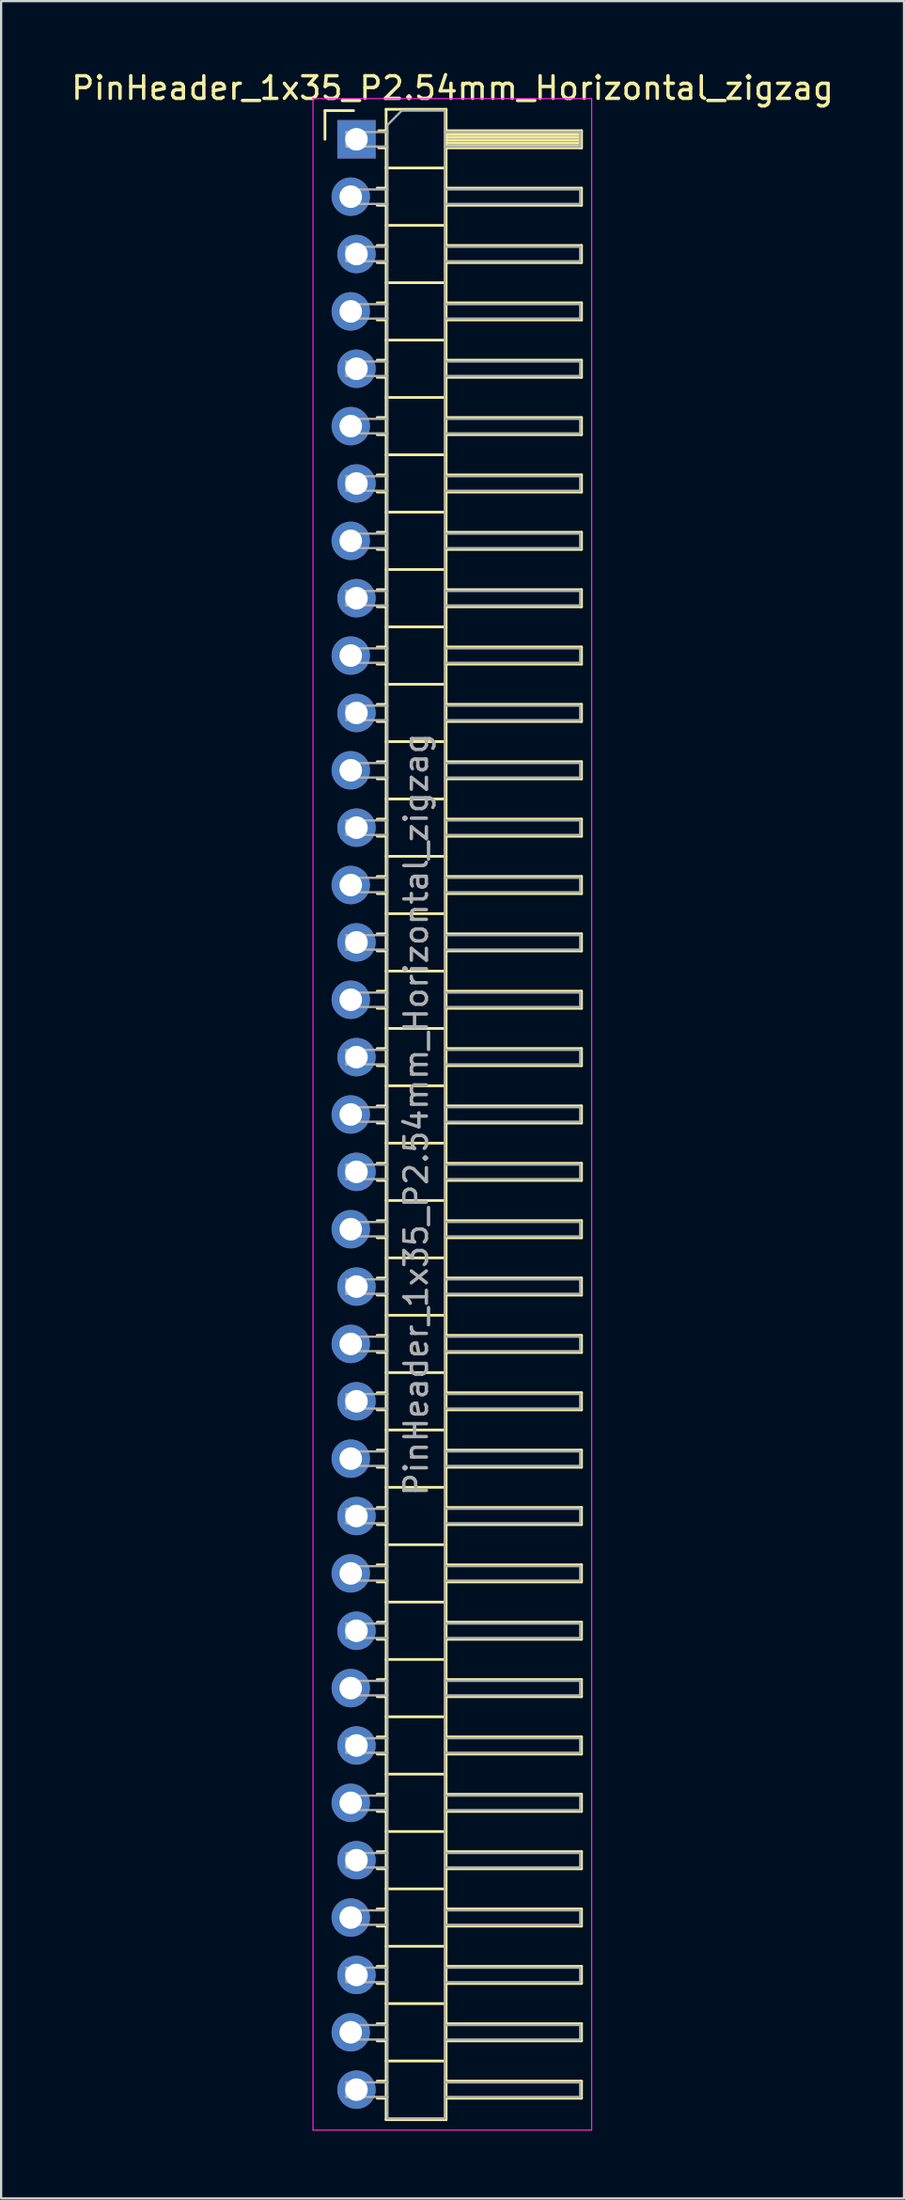
<source format=kicad_pcb>
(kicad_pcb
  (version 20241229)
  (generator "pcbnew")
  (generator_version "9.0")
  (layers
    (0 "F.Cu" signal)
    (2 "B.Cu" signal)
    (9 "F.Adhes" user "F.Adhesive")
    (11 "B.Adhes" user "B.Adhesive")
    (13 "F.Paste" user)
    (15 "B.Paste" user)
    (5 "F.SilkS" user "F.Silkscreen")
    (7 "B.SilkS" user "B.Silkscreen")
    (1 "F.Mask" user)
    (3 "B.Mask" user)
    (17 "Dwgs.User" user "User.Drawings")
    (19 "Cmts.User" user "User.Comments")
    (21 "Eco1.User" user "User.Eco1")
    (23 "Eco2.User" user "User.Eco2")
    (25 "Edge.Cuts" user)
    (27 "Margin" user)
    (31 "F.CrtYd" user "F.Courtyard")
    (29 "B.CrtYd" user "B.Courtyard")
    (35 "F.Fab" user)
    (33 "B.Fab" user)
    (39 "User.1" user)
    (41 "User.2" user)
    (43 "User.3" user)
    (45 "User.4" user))
  (footprint "PinHeader_1x35_P2.54mm_Horizontal_zigzag"
    (layer "F.Cu")
    (at 12.621 3.118)
    (property "Reference" "PinHeader_1x35_P2.54mm_Horizontal_zigzag" (at 4.385 -2.27 0) (layer "F.SilkS") (effects (font (size 1 1) (thickness 0.15))))
    (attr through_hole)
    (fp_line (start -1.27 -1.27) (end 0 -1.27) (stroke (width 0.12) (type solid)) (layer "F.SilkS"))
    (fp_line (start -1.27 0) (end -1.27 -1.27) (stroke (width 0.12) (type solid)) (layer "F.SilkS"))
    (fp_line (start 1.043 2.16) (end 1.44 2.16) (stroke (width 0.12) (type solid)) (layer "F.SilkS"))
    (fp_line (start 1.043 2.92) (end 1.44 2.92) (stroke (width 0.12) (type solid)) (layer "F.SilkS"))
    (fp_line (start 1.043 4.7) (end 1.44 4.7) (stroke (width 0.12) (type solid)) (layer "F.SilkS"))
    (fp_line (start 1.043 5.46) (end 1.44 5.46) (stroke (width 0.12) (type solid)) (layer "F.SilkS"))
    (fp_line (start 1.043 7.24) (end 1.44 7.24) (stroke (width 0.12) (type solid)) (layer "F.SilkS"))
    (fp_line (start 1.043 8) (end 1.44 8) (stroke (width 0.12) (type solid)) (layer "F.SilkS"))
    (fp_line (start 1.043 9.78) (end 1.44 9.78) (stroke (width 0.12) (type solid)) (layer "F.SilkS"))
    (fp_line (start 1.043 10.54) (end 1.44 10.54) (stroke (width 0.12) (type solid)) (layer "F.SilkS"))
    (fp_line (start 1.043 12.32) (end 1.44 12.32) (stroke (width 0.12) (type solid)) (layer "F.SilkS"))
    (fp_line (start 1.043 13.08) (end 1.44 13.08) (stroke (width 0.12) (type solid)) (layer "F.SilkS"))
    (fp_line (start 1.043 14.86) (end 1.44 14.86) (stroke (width 0.12) (type solid)) (layer "F.SilkS"))
    (fp_line (start 1.043 15.62) (end 1.44 15.62) (stroke (width 0.12) (type solid)) (layer "F.SilkS"))
    (fp_line (start 1.043 17.4) (end 1.44 17.4) (stroke (width 0.12) (type solid)) (layer "F.SilkS"))
    (fp_line (start 1.043 18.16) (end 1.44 18.16) (stroke (width 0.12) (type solid)) (layer "F.SilkS"))
    (fp_line (start 1.043 19.94) (end 1.44 19.94) (stroke (width 0.12) (type solid)) (layer "F.SilkS"))
    (fp_line (start 1.043 20.7) (end 1.44 20.7) (stroke (width 0.12) (type solid)) (layer "F.SilkS"))
    (fp_line (start 1.043 22.48) (end 1.44 22.48) (stroke (width 0.12) (type solid)) (layer "F.SilkS"))
    (fp_line (start 1.043 23.24) (end 1.44 23.24) (stroke (width 0.12) (type solid)) (layer "F.SilkS"))
    (fp_line (start 1.043 25.02) (end 1.44 25.02) (stroke (width 0.12) (type solid)) (layer "F.SilkS"))
    (fp_line (start 1.043 25.78) (end 1.44 25.78) (stroke (width 0.12) (type solid)) (layer "F.SilkS"))
    (fp_line (start 1.043 27.56) (end 1.44 27.56) (stroke (width 0.12) (type solid)) (layer "F.SilkS"))
    (fp_line (start 1.043 28.32) (end 1.44 28.32) (stroke (width 0.12) (type solid)) (layer "F.SilkS"))
    (fp_line (start 1.043 30.1) (end 1.44 30.1) (stroke (width 0.12) (type solid)) (layer "F.SilkS"))
    (fp_line (start 1.043 30.86) (end 1.44 30.86) (stroke (width 0.12) (type solid)) (layer "F.SilkS"))
    (fp_line (start 1.043 32.64) (end 1.44 32.64) (stroke (width 0.12) (type solid)) (layer "F.SilkS"))
    (fp_line (start 1.043 33.4) (end 1.44 33.4) (stroke (width 0.12) (type solid)) (layer "F.SilkS"))
    (fp_line (start 1.043 35.18) (end 1.44 35.18) (stroke (width 0.12) (type solid)) (layer "F.SilkS"))
    (fp_line (start 1.043 35.94) (end 1.44 35.94) (stroke (width 0.12) (type solid)) (layer "F.SilkS"))
    (fp_line (start 1.043 37.72) (end 1.44 37.72) (stroke (width 0.12) (type solid)) (layer "F.SilkS"))
    (fp_line (start 1.043 38.48) (end 1.44 38.48) (stroke (width 0.12) (type solid)) (layer "F.SilkS"))
    (fp_line (start 1.043 40.26) (end 1.44 40.26) (stroke (width 0.12) (type solid)) (layer "F.SilkS"))
    (fp_line (start 1.043 41.02) (end 1.44 41.02) (stroke (width 0.12) (type solid)) (layer "F.SilkS"))
    (fp_line (start 1.043 42.8) (end 1.44 42.8) (stroke (width 0.12) (type solid)) (layer "F.SilkS"))
    (fp_line (start 1.043 43.56) (end 1.44 43.56) (stroke (width 0.12) (type solid)) (layer "F.SilkS"))
    (fp_line (start 1.043 45.34) (end 1.44 45.34) (stroke (width 0.12) (type solid)) (layer "F.SilkS"))
    (fp_line (start 1.043 46.1) (end 1.44 46.1) (stroke (width 0.12) (type solid)) (layer "F.SilkS"))
    (fp_line (start 1.043 47.88) (end 1.44 47.88) (stroke (width 0.12) (type solid)) (layer "F.SilkS"))
    (fp_line (start 1.043 48.64) (end 1.44 48.64) (stroke (width 0.12) (type solid)) (layer "F.SilkS"))
    (fp_line (start 1.043 50.42) (end 1.44 50.42) (stroke (width 0.12) (type solid)) (layer "F.SilkS"))
    (fp_line (start 1.043 51.18) (end 1.44 51.18) (stroke (width 0.12) (type solid)) (layer "F.SilkS"))
    (fp_line (start 1.043 52.96) (end 1.44 52.96) (stroke (width 0.12) (type solid)) (layer "F.SilkS"))
    (fp_line (start 1.043 53.72) (end 1.44 53.72) (stroke (width 0.12) (type solid)) (layer "F.SilkS"))
    (fp_line (start 1.043 55.5) (end 1.44 55.5) (stroke (width 0.12) (type solid)) (layer "F.SilkS"))
    (fp_line (start 1.043 56.26) (end 1.44 56.26) (stroke (width 0.12) (type solid)) (layer "F.SilkS"))
    (fp_line (start 1.043 58.04) (end 1.44 58.04) (stroke (width 0.12) (type solid)) (layer "F.SilkS"))
    (fp_line (start 1.043 58.8) (end 1.44 58.8) (stroke (width 0.12) (type solid)) (layer "F.SilkS"))
    (fp_line (start 1.043 60.58) (end 1.44 60.58) (stroke (width 0.12) (type solid)) (layer "F.SilkS"))
    (fp_line (start 1.043 61.34) (end 1.44 61.34) (stroke (width 0.12) (type solid)) (layer "F.SilkS"))
    (fp_line (start 1.043 63.12) (end 1.44 63.12) (stroke (width 0.12) (type solid)) (layer "F.SilkS"))
    (fp_line (start 1.043 63.88) (end 1.44 63.88) (stroke (width 0.12) (type solid)) (layer "F.SilkS"))
    (fp_line (start 1.043 65.66) (end 1.44 65.66) (stroke (width 0.12) (type solid)) (layer "F.SilkS"))
    (fp_line (start 1.043 66.42) (end 1.44 66.42) (stroke (width 0.12) (type solid)) (layer "F.SilkS"))
    (fp_line (start 1.043 68.2) (end 1.44 68.2) (stroke (width 0.12) (type solid)) (layer "F.SilkS"))
    (fp_line (start 1.043 68.96) (end 1.44 68.96) (stroke (width 0.12) (type solid)) (layer "F.SilkS"))
    (fp_line (start 1.043 70.74) (end 1.44 70.74) (stroke (width 0.12) (type solid)) (layer "F.SilkS"))
    (fp_line (start 1.043 71.5) (end 1.44 71.5) (stroke (width 0.12) (type solid)) (layer "F.SilkS"))
    (fp_line (start 1.043 73.28) (end 1.44 73.28) (stroke (width 0.12) (type solid)) (layer "F.SilkS"))
    (fp_line (start 1.043 74.04) (end 1.44 74.04) (stroke (width 0.12) (type solid)) (layer "F.SilkS"))
    (fp_line (start 1.043 75.82) (end 1.44 75.82) (stroke (width 0.12) (type solid)) (layer "F.SilkS"))
    (fp_line (start 1.043 76.58) (end 1.44 76.58) (stroke (width 0.12) (type solid)) (layer "F.SilkS"))
    (fp_line (start 1.043 78.36) (end 1.44 78.36) (stroke (width 0.12) (type solid)) (layer "F.SilkS"))
    (fp_line (start 1.043 79.12) (end 1.44 79.12) (stroke (width 0.12) (type solid)) (layer "F.SilkS"))
    (fp_line (start 1.043 80.9) (end 1.44 80.9) (stroke (width 0.12) (type solid)) (layer "F.SilkS"))
    (fp_line (start 1.043 81.66) (end 1.44 81.66) (stroke (width 0.12) (type solid)) (layer "F.SilkS"))
    (fp_line (start 1.043 83.44) (end 1.44 83.44) (stroke (width 0.12) (type solid)) (layer "F.SilkS"))
    (fp_line (start 1.043 84.2) (end 1.44 84.2) (stroke (width 0.12) (type solid)) (layer "F.SilkS"))
    (fp_line (start 1.043 85.98) (end 1.44 85.98) (stroke (width 0.12) (type solid)) (layer "F.SilkS"))
    (fp_line (start 1.043 86.74) (end 1.44 86.74) (stroke (width 0.12) (type solid)) (layer "F.SilkS"))
    (fp_line (start 1.11 -0.38) (end 1.44 -0.38) (stroke (width 0.12) (type solid)) (layer "F.SilkS"))
    (fp_line (start 1.11 0.38) (end 1.44 0.38) (stroke (width 0.12) (type solid)) (layer "F.SilkS"))
    (fp_line (start 1.44 -1.33) (end 1.44 87.69) (stroke (width 0.12) (type solid)) (layer "F.SilkS"))
    (fp_line (start 1.44 1.27) (end 4.1 1.27) (stroke (width 0.12) (type solid)) (layer "F.SilkS"))
    (fp_line (start 1.44 3.81) (end 4.1 3.81) (stroke (width 0.12) (type solid)) (layer "F.SilkS"))
    (fp_line (start 1.44 6.35) (end 4.1 6.35) (stroke (width 0.12) (type solid)) (layer "F.SilkS"))
    (fp_line (start 1.44 8.89) (end 4.1 8.89) (stroke (width 0.12) (type solid)) (layer "F.SilkS"))
    (fp_line (start 1.44 11.43) (end 4.1 11.43) (stroke (width 0.12) (type solid)) (layer "F.SilkS"))
    (fp_line (start 1.44 13.97) (end 4.1 13.97) (stroke (width 0.12) (type solid)) (layer "F.SilkS"))
    (fp_line (start 1.44 16.51) (end 4.1 16.51) (stroke (width 0.12) (type solid)) (layer "F.SilkS"))
    (fp_line (start 1.44 19.05) (end 4.1 19.05) (stroke (width 0.12) (type solid)) (layer "F.SilkS"))
    (fp_line (start 1.44 21.59) (end 4.1 21.59) (stroke (width 0.12) (type solid)) (layer "F.SilkS"))
    (fp_line (start 1.44 24.13) (end 4.1 24.13) (stroke (width 0.12) (type solid)) (layer "F.SilkS"))
    (fp_line (start 1.44 26.67) (end 4.1 26.67) (stroke (width 0.12) (type solid)) (layer "F.SilkS"))
    (fp_line (start 1.44 29.21) (end 4.1 29.21) (stroke (width 0.12) (type solid)) (layer "F.SilkS"))
    (fp_line (start 1.44 31.75) (end 4.1 31.75) (stroke (width 0.12) (type solid)) (layer "F.SilkS"))
    (fp_line (start 1.44 34.29) (end 4.1 34.29) (stroke (width 0.12) (type solid)) (layer "F.SilkS"))
    (fp_line (start 1.44 36.83) (end 4.1 36.83) (stroke (width 0.12) (type solid)) (layer "F.SilkS"))
    (fp_line (start 1.44 39.37) (end 4.1 39.37) (stroke (width 0.12) (type solid)) (layer "F.SilkS"))
    (fp_line (start 1.44 41.91) (end 4.1 41.91) (stroke (width 0.12) (type solid)) (layer "F.SilkS"))
    (fp_line (start 1.44 44.45) (end 4.1 44.45) (stroke (width 0.12) (type solid)) (layer "F.SilkS"))
    (fp_line (start 1.44 46.99) (end 4.1 46.99) (stroke (width 0.12) (type solid)) (layer "F.SilkS"))
    (fp_line (start 1.44 49.53) (end 4.1 49.53) (stroke (width 0.12) (type solid)) (layer "F.SilkS"))
    (fp_line (start 1.44 52.07) (end 4.1 52.07) (stroke (width 0.12) (type solid)) (layer "F.SilkS"))
    (fp_line (start 1.44 54.61) (end 4.1 54.61) (stroke (width 0.12) (type solid)) (layer "F.SilkS"))
    (fp_line (start 1.44 57.15) (end 4.1 57.15) (stroke (width 0.12) (type solid)) (layer "F.SilkS"))
    (fp_line (start 1.44 59.69) (end 4.1 59.69) (stroke (width 0.12) (type solid)) (layer "F.SilkS"))
    (fp_line (start 1.44 62.23) (end 4.1 62.23) (stroke (width 0.12) (type solid)) (layer "F.SilkS"))
    (fp_line (start 1.44 64.77) (end 4.1 64.77) (stroke (width 0.12) (type solid)) (layer "F.SilkS"))
    (fp_line (start 1.44 67.31) (end 4.1 67.31) (stroke (width 0.12) (type solid)) (layer "F.SilkS"))
    (fp_line (start 1.44 69.85) (end 4.1 69.85) (stroke (width 0.12) (type solid)) (layer "F.SilkS"))
    (fp_line (start 1.44 72.39) (end 4.1 72.39) (stroke (width 0.12) (type solid)) (layer "F.SilkS"))
    (fp_line (start 1.44 74.93) (end 4.1 74.93) (stroke (width 0.12) (type solid)) (layer "F.SilkS"))
    (fp_line (start 1.44 77.47) (end 4.1 77.47) (stroke (width 0.12) (type solid)) (layer "F.SilkS"))
    (fp_line (start 1.44 80.01) (end 4.1 80.01) (stroke (width 0.12) (type solid)) (layer "F.SilkS"))
    (fp_line (start 1.44 82.55) (end 4.1 82.55) (stroke (width 0.12) (type solid)) (layer "F.SilkS"))
    (fp_line (start 1.44 85.09) (end 4.1 85.09) (stroke (width 0.12) (type solid)) (layer "F.SilkS"))
    (fp_line (start 1.44 87.69) (end 4.1 87.69) (stroke (width 0.12) (type solid)) (layer "F.SilkS"))
    (fp_line (start 4.1 -1.33) (end 1.44 -1.33) (stroke (width 0.12) (type solid)) (layer "F.SilkS"))
    (fp_line (start 4.1 -0.38) (end 10.1 -0.38) (stroke (width 0.12) (type solid)) (layer "F.SilkS"))
    (fp_line (start 4.1 -0.32) (end 10.1 -0.32) (stroke (width 0.12) (type solid)) (layer "F.SilkS"))
    (fp_line (start 4.1 -0.2) (end 10.1 -0.2) (stroke (width 0.12) (type solid)) (layer "F.SilkS"))
    (fp_line (start 4.1 -0.08) (end 10.1 -0.08) (stroke (width 0.12) (type solid)) (layer "F.SilkS"))
    (fp_line (start 4.1 0.04) (end 10.1 0.04) (stroke (width 0.12) (type solid)) (layer "F.SilkS"))
    (fp_line (start 4.1 0.16) (end 10.1 0.16) (stroke (width 0.12) (type solid)) (layer "F.SilkS"))
    (fp_line (start 4.1 0.28) (end 10.1 0.28) (stroke (width 0.12) (type solid)) (layer "F.SilkS"))
    (fp_line (start 4.1 2.16) (end 10.1 2.16) (stroke (width 0.12) (type solid)) (layer "F.SilkS"))
    (fp_line (start 4.1 4.7) (end 10.1 4.7) (stroke (width 0.12) (type solid)) (layer "F.SilkS"))
    (fp_line (start 4.1 7.24) (end 10.1 7.24) (stroke (width 0.12) (type solid)) (layer "F.SilkS"))
    (fp_line (start 4.1 9.78) (end 10.1 9.78) (stroke (width 0.12) (type solid)) (layer "F.SilkS"))
    (fp_line (start 4.1 12.32) (end 10.1 12.32) (stroke (width 0.12) (type solid)) (layer "F.SilkS"))
    (fp_line (start 4.1 14.86) (end 10.1 14.86) (stroke (width 0.12) (type solid)) (layer "F.SilkS"))
    (fp_line (start 4.1 17.4) (end 10.1 17.4) (stroke (width 0.12) (type solid)) (layer "F.SilkS"))
    (fp_line (start 4.1 19.94) (end 10.1 19.94) (stroke (width 0.12) (type solid)) (layer "F.SilkS"))
    (fp_line (start 4.1 22.48) (end 10.1 22.48) (stroke (width 0.12) (type solid)) (layer "F.SilkS"))
    (fp_line (start 4.1 25.02) (end 10.1 25.02) (stroke (width 0.12) (type solid)) (layer "F.SilkS"))
    (fp_line (start 4.1 27.56) (end 10.1 27.56) (stroke (width 0.12) (type solid)) (layer "F.SilkS"))
    (fp_line (start 4.1 30.1) (end 10.1 30.1) (stroke (width 0.12) (type solid)) (layer "F.SilkS"))
    (fp_line (start 4.1 32.64) (end 10.1 32.64) (stroke (width 0.12) (type solid)) (layer "F.SilkS"))
    (fp_line (start 4.1 35.18) (end 10.1 35.18) (stroke (width 0.12) (type solid)) (layer "F.SilkS"))
    (fp_line (start 4.1 37.72) (end 10.1 37.72) (stroke (width 0.12) (type solid)) (layer "F.SilkS"))
    (fp_line (start 4.1 40.26) (end 10.1 40.26) (stroke (width 0.12) (type solid)) (layer "F.SilkS"))
    (fp_line (start 4.1 42.8) (end 10.1 42.8) (stroke (width 0.12) (type solid)) (layer "F.SilkS"))
    (fp_line (start 4.1 45.34) (end 10.1 45.34) (stroke (width 0.12) (type solid)) (layer "F.SilkS"))
    (fp_line (start 4.1 47.88) (end 10.1 47.88) (stroke (width 0.12) (type solid)) (layer "F.SilkS"))
    (fp_line (start 4.1 50.42) (end 10.1 50.42) (stroke (width 0.12) (type solid)) (layer "F.SilkS"))
    (fp_line (start 4.1 52.96) (end 10.1 52.96) (stroke (width 0.12) (type solid)) (layer "F.SilkS"))
    (fp_line (start 4.1 55.5) (end 10.1 55.5) (stroke (width 0.12) (type solid)) (layer "F.SilkS"))
    (fp_line (start 4.1 58.04) (end 10.1 58.04) (stroke (width 0.12) (type solid)) (layer "F.SilkS"))
    (fp_line (start 4.1 60.58) (end 10.1 60.58) (stroke (width 0.12) (type solid)) (layer "F.SilkS"))
    (fp_line (start 4.1 63.12) (end 10.1 63.12) (stroke (width 0.12) (type solid)) (layer "F.SilkS"))
    (fp_line (start 4.1 65.66) (end 10.1 65.66) (stroke (width 0.12) (type solid)) (layer "F.SilkS"))
    (fp_line (start 4.1 68.2) (end 10.1 68.2) (stroke (width 0.12) (type solid)) (layer "F.SilkS"))
    (fp_line (start 4.1 70.74) (end 10.1 70.74) (stroke (width 0.12) (type solid)) (layer "F.SilkS"))
    (fp_line (start 4.1 73.28) (end 10.1 73.28) (stroke (width 0.12) (type solid)) (layer "F.SilkS"))
    (fp_line (start 4.1 75.82) (end 10.1 75.82) (stroke (width 0.12) (type solid)) (layer "F.SilkS"))
    (fp_line (start 4.1 78.36) (end 10.1 78.36) (stroke (width 0.12) (type solid)) (layer "F.SilkS"))
    (fp_line (start 4.1 80.9) (end 10.1 80.9) (stroke (width 0.12) (type solid)) (layer "F.SilkS"))
    (fp_line (start 4.1 83.44) (end 10.1 83.44) (stroke (width 0.12) (type solid)) (layer "F.SilkS"))
    (fp_line (start 4.1 85.98) (end 10.1 85.98) (stroke (width 0.12) (type solid)) (layer "F.SilkS"))
    (fp_line (start 4.1 87.69) (end 4.1 -1.33) (stroke (width 0.12) (type solid)) (layer "F.SilkS"))
    (fp_line (start 10.1 -0.38) (end 10.1 0.38) (stroke (width 0.12) (type solid)) (layer "F.SilkS"))
    (fp_line (start 10.1 0.38) (end 4.1 0.38) (stroke (width 0.12) (type solid)) (layer "F.SilkS"))
    (fp_line (start 10.1 2.16) (end 10.1 2.92) (stroke (width 0.12) (type solid)) (layer "F.SilkS"))
    (fp_line (start 10.1 2.92) (end 4.1 2.92) (stroke (width 0.12) (type solid)) (layer "F.SilkS"))
    (fp_line (start 10.1 4.7) (end 10.1 5.46) (stroke (width 0.12) (type solid)) (layer "F.SilkS"))
    (fp_line (start 10.1 5.46) (end 4.1 5.46) (stroke (width 0.12) (type solid)) (layer "F.SilkS"))
    (fp_line (start 10.1 7.24) (end 10.1 8) (stroke (width 0.12) (type solid)) (layer "F.SilkS"))
    (fp_line (start 10.1 8) (end 4.1 8) (stroke (width 0.12) (type solid)) (layer "F.SilkS"))
    (fp_line (start 10.1 9.78) (end 10.1 10.54) (stroke (width 0.12) (type solid)) (layer "F.SilkS"))
    (fp_line (start 10.1 10.54) (end 4.1 10.54) (stroke (width 0.12) (type solid)) (layer "F.SilkS"))
    (fp_line (start 10.1 12.32) (end 10.1 13.08) (stroke (width 0.12) (type solid)) (layer "F.SilkS"))
    (fp_line (start 10.1 13.08) (end 4.1 13.08) (stroke (width 0.12) (type solid)) (layer "F.SilkS"))
    (fp_line (start 10.1 14.86) (end 10.1 15.62) (stroke (width 0.12) (type solid)) (layer "F.SilkS"))
    (fp_line (start 10.1 15.62) (end 4.1 15.62) (stroke (width 0.12) (type solid)) (layer "F.SilkS"))
    (fp_line (start 10.1 17.4) (end 10.1 18.16) (stroke (width 0.12) (type solid)) (layer "F.SilkS"))
    (fp_line (start 10.1 18.16) (end 4.1 18.16) (stroke (width 0.12) (type solid)) (layer "F.SilkS"))
    (fp_line (start 10.1 19.94) (end 10.1 20.7) (stroke (width 0.12) (type solid)) (layer "F.SilkS"))
    (fp_line (start 10.1 20.7) (end 4.1 20.7) (stroke (width 0.12) (type solid)) (layer "F.SilkS"))
    (fp_line (start 10.1 22.48) (end 10.1 23.24) (stroke (width 0.12) (type solid)) (layer "F.SilkS"))
    (fp_line (start 10.1 23.24) (end 4.1 23.24) (stroke (width 0.12) (type solid)) (layer "F.SilkS"))
    (fp_line (start 10.1 25.02) (end 10.1 25.78) (stroke (width 0.12) (type solid)) (layer "F.SilkS"))
    (fp_line (start 10.1 25.78) (end 4.1 25.78) (stroke (width 0.12) (type solid)) (layer "F.SilkS"))
    (fp_line (start 10.1 27.56) (end 10.1 28.32) (stroke (width 0.12) (type solid)) (layer "F.SilkS"))
    (fp_line (start 10.1 28.32) (end 4.1 28.32) (stroke (width 0.12) (type solid)) (layer "F.SilkS"))
    (fp_line (start 10.1 30.1) (end 10.1 30.86) (stroke (width 0.12) (type solid)) (layer "F.SilkS"))
    (fp_line (start 10.1 30.86) (end 4.1 30.86) (stroke (width 0.12) (type solid)) (layer "F.SilkS"))
    (fp_line (start 10.1 32.64) (end 10.1 33.4) (stroke (width 0.12) (type solid)) (layer "F.SilkS"))
    (fp_line (start 10.1 33.4) (end 4.1 33.4) (stroke (width 0.12) (type solid)) (layer "F.SilkS"))
    (fp_line (start 10.1 35.18) (end 10.1 35.94) (stroke (width 0.12) (type solid)) (layer "F.SilkS"))
    (fp_line (start 10.1 35.94) (end 4.1 35.94) (stroke (width 0.12) (type solid)) (layer "F.SilkS"))
    (fp_line (start 10.1 37.72) (end 10.1 38.48) (stroke (width 0.12) (type solid)) (layer "F.SilkS"))
    (fp_line (start 10.1 38.48) (end 4.1 38.48) (stroke (width 0.12) (type solid)) (layer "F.SilkS"))
    (fp_line (start 10.1 40.26) (end 10.1 41.02) (stroke (width 0.12) (type solid)) (layer "F.SilkS"))
    (fp_line (start 10.1 41.02) (end 4.1 41.02) (stroke (width 0.12) (type solid)) (layer "F.SilkS"))
    (fp_line (start 10.1 42.8) (end 10.1 43.56) (stroke (width 0.12) (type solid)) (layer "F.SilkS"))
    (fp_line (start 10.1 43.56) (end 4.1 43.56) (stroke (width 0.12) (type solid)) (layer "F.SilkS"))
    (fp_line (start 10.1 45.34) (end 10.1 46.1) (stroke (width 0.12) (type solid)) (layer "F.SilkS"))
    (fp_line (start 10.1 46.1) (end 4.1 46.1) (stroke (width 0.12) (type solid)) (layer "F.SilkS"))
    (fp_line (start 10.1 47.88) (end 10.1 48.64) (stroke (width 0.12) (type solid)) (layer "F.SilkS"))
    (fp_line (start 10.1 48.64) (end 4.1 48.64) (stroke (width 0.12) (type solid)) (layer "F.SilkS"))
    (fp_line (start 10.1 50.42) (end 10.1 51.18) (stroke (width 0.12) (type solid)) (layer "F.SilkS"))
    (fp_line (start 10.1 51.18) (end 4.1 51.18) (stroke (width 0.12) (type solid)) (layer "F.SilkS"))
    (fp_line (start 10.1 52.96) (end 10.1 53.72) (stroke (width 0.12) (type solid)) (layer "F.SilkS"))
    (fp_line (start 10.1 53.72) (end 4.1 53.72) (stroke (width 0.12) (type solid)) (layer "F.SilkS"))
    (fp_line (start 10.1 55.5) (end 10.1 56.26) (stroke (width 0.12) (type solid)) (layer "F.SilkS"))
    (fp_line (start 10.1 56.26) (end 4.1 56.26) (stroke (width 0.12) (type solid)) (layer "F.SilkS"))
    (fp_line (start 10.1 58.04) (end 10.1 58.8) (stroke (width 0.12) (type solid)) (layer "F.SilkS"))
    (fp_line (start 10.1 58.8) (end 4.1 58.8) (stroke (width 0.12) (type solid)) (layer "F.SilkS"))
    (fp_line (start 10.1 60.58) (end 10.1 61.34) (stroke (width 0.12) (type solid)) (layer "F.SilkS"))
    (fp_line (start 10.1 61.34) (end 4.1 61.34) (stroke (width 0.12) (type solid)) (layer "F.SilkS"))
    (fp_line (start 10.1 63.12) (end 10.1 63.88) (stroke (width 0.12) (type solid)) (layer "F.SilkS"))
    (fp_line (start 10.1 63.88) (end 4.1 63.88) (stroke (width 0.12) (type solid)) (layer "F.SilkS"))
    (fp_line (start 10.1 65.66) (end 10.1 66.42) (stroke (width 0.12) (type solid)) (layer "F.SilkS"))
    (fp_line (start 10.1 66.42) (end 4.1 66.42) (stroke (width 0.12) (type solid)) (layer "F.SilkS"))
    (fp_line (start 10.1 68.2) (end 10.1 68.96) (stroke (width 0.12) (type solid)) (layer "F.SilkS"))
    (fp_line (start 10.1 68.96) (end 4.1 68.96) (stroke (width 0.12) (type solid)) (layer "F.SilkS"))
    (fp_line (start 10.1 70.74) (end 10.1 71.5) (stroke (width 0.12) (type solid)) (layer "F.SilkS"))
    (fp_line (start 10.1 71.5) (end 4.1 71.5) (stroke (width 0.12) (type solid)) (layer "F.SilkS"))
    (fp_line (start 10.1 73.28) (end 10.1 74.04) (stroke (width 0.12) (type solid)) (layer "F.SilkS"))
    (fp_line (start 10.1 74.04) (end 4.1 74.04) (stroke (width 0.12) (type solid)) (layer "F.SilkS"))
    (fp_line (start 10.1 75.82) (end 10.1 76.58) (stroke (width 0.12) (type solid)) (layer "F.SilkS"))
    (fp_line (start 10.1 76.58) (end 4.1 76.58) (stroke (width 0.12) (type solid)) (layer "F.SilkS"))
    (fp_line (start 10.1 78.36) (end 10.1 79.12) (stroke (width 0.12) (type solid)) (layer "F.SilkS"))
    (fp_line (start 10.1 79.12) (end 4.1 79.12) (stroke (width 0.12) (type solid)) (layer "F.SilkS"))
    (fp_line (start 10.1 80.9) (end 10.1 81.66) (stroke (width 0.12) (type solid)) (layer "F.SilkS"))
    (fp_line (start 10.1 81.66) (end 4.1 81.66) (stroke (width 0.12) (type solid)) (layer "F.SilkS"))
    (fp_line (start 10.1 83.44) (end 10.1 84.2) (stroke (width 0.12) (type solid)) (layer "F.SilkS"))
    (fp_line (start 10.1 84.2) (end 4.1 84.2) (stroke (width 0.12) (type solid)) (layer "F.SilkS"))
    (fp_line (start 10.1 85.98) (end 10.1 86.74) (stroke (width 0.12) (type solid)) (layer "F.SilkS"))
    (fp_line (start 10.1 86.74) (end 4.1 86.74) (stroke (width 0.12) (type solid)) (layer "F.SilkS"))
    (fp_line (start -1.8 -1.8) (end -1.8 88.15) (stroke (width 0.05) (type solid)) (layer "F.CrtYd"))
    (fp_line (start -1.8 88.15) (end 10.55 88.15) (stroke (width 0.05) (type solid)) (layer "F.CrtYd"))
    (fp_line (start 10.55 -1.8) (end -1.8 -1.8) (stroke (width 0.05) (type solid)) (layer "F.CrtYd"))
    (fp_line (start 10.55 88.15) (end 10.55 -1.8) (stroke (width 0.05) (type solid)) (layer "F.CrtYd"))
    (fp_line (start -0.32 -0.32) (end -0.32 0.32) (stroke (width 0.1) (type solid)) (layer "F.Fab"))
    (fp_line (start -0.32 -0.32) (end 1.5 -0.32) (stroke (width 0.1) (type solid)) (layer "F.Fab"))
    (fp_line (start -0.32 0.32) (end 1.5 0.32) (stroke (width 0.1) (type solid)) (layer "F.Fab"))
    (fp_line (start -0.32 2.22) (end -0.32 2.86) (stroke (width 0.1) (type solid)) (layer "F.Fab"))
    (fp_line (start -0.32 2.22) (end 1.5 2.22) (stroke (width 0.1) (type solid)) (layer "F.Fab"))
    (fp_line (start -0.32 2.86) (end 1.5 2.86) (stroke (width 0.1) (type solid)) (layer "F.Fab"))
    (fp_line (start -0.32 4.76) (end -0.32 5.4) (stroke (width 0.1) (type solid)) (layer "F.Fab"))
    (fp_line (start -0.32 4.76) (end 1.5 4.76) (stroke (width 0.1) (type solid)) (layer "F.Fab"))
    (fp_line (start -0.32 5.4) (end 1.5 5.4) (stroke (width 0.1) (type solid)) (layer "F.Fab"))
    (fp_line (start -0.32 7.3) (end -0.32 7.94) (stroke (width 0.1) (type solid)) (layer "F.Fab"))
    (fp_line (start -0.32 7.3) (end 1.5 7.3) (stroke (width 0.1) (type solid)) (layer "F.Fab"))
    (fp_line (start -0.32 7.94) (end 1.5 7.94) (stroke (width 0.1) (type solid)) (layer "F.Fab"))
    (fp_line (start -0.32 9.84) (end -0.32 10.48) (stroke (width 0.1) (type solid)) (layer "F.Fab"))
    (fp_line (start -0.32 9.84) (end 1.5 9.84) (stroke (width 0.1) (type solid)) (layer "F.Fab"))
    (fp_line (start -0.32 10.48) (end 1.5 10.48) (stroke (width 0.1) (type solid)) (layer "F.Fab"))
    (fp_line (start -0.32 12.38) (end -0.32 13.02) (stroke (width 0.1) (type solid)) (layer "F.Fab"))
    (fp_line (start -0.32 12.38) (end 1.5 12.38) (stroke (width 0.1) (type solid)) (layer "F.Fab"))
    (fp_line (start -0.32 13.02) (end 1.5 13.02) (stroke (width 0.1) (type solid)) (layer "F.Fab"))
    (fp_line (start -0.32 14.92) (end -0.32 15.56) (stroke (width 0.1) (type solid)) (layer "F.Fab"))
    (fp_line (start -0.32 14.92) (end 1.5 14.92) (stroke (width 0.1) (type solid)) (layer "F.Fab"))
    (fp_line (start -0.32 15.56) (end 1.5 15.56) (stroke (width 0.1) (type solid)) (layer "F.Fab"))
    (fp_line (start -0.32 17.46) (end -0.32 18.1) (stroke (width 0.1) (type solid)) (layer "F.Fab"))
    (fp_line (start -0.32 17.46) (end 1.5 17.46) (stroke (width 0.1) (type solid)) (layer "F.Fab"))
    (fp_line (start -0.32 18.1) (end 1.5 18.1) (stroke (width 0.1) (type solid)) (layer "F.Fab"))
    (fp_line (start -0.32 20) (end -0.32 20.64) (stroke (width 0.1) (type solid)) (layer "F.Fab"))
    (fp_line (start -0.32 20) (end 1.5 20) (stroke (width 0.1) (type solid)) (layer "F.Fab"))
    (fp_line (start -0.32 20.64) (end 1.5 20.64) (stroke (width 0.1) (type solid)) (layer "F.Fab"))
    (fp_line (start -0.32 22.54) (end -0.32 23.18) (stroke (width 0.1) (type solid)) (layer "F.Fab"))
    (fp_line (start -0.32 22.54) (end 1.5 22.54) (stroke (width 0.1) (type solid)) (layer "F.Fab"))
    (fp_line (start -0.32 23.18) (end 1.5 23.18) (stroke (width 0.1) (type solid)) (layer "F.Fab"))
    (fp_line (start -0.32 25.08) (end -0.32 25.72) (stroke (width 0.1) (type solid)) (layer "F.Fab"))
    (fp_line (start -0.32 25.08) (end 1.5 25.08) (stroke (width 0.1) (type solid)) (layer "F.Fab"))
    (fp_line (start -0.32 25.72) (end 1.5 25.72) (stroke (width 0.1) (type solid)) (layer "F.Fab"))
    (fp_line (start -0.32 27.62) (end -0.32 28.26) (stroke (width 0.1) (type solid)) (layer "F.Fab"))
    (fp_line (start -0.32 27.62) (end 1.5 27.62) (stroke (width 0.1) (type solid)) (layer "F.Fab"))
    (fp_line (start -0.32 28.26) (end 1.5 28.26) (stroke (width 0.1) (type solid)) (layer "F.Fab"))
    (fp_line (start -0.32 30.16) (end -0.32 30.8) (stroke (width 0.1) (type solid)) (layer "F.Fab"))
    (fp_line (start -0.32 30.16) (end 1.5 30.16) (stroke (width 0.1) (type solid)) (layer "F.Fab"))
    (fp_line (start -0.32 30.8) (end 1.5 30.8) (stroke (width 0.1) (type solid)) (layer "F.Fab"))
    (fp_line (start -0.32 32.7) (end -0.32 33.34) (stroke (width 0.1) (type solid)) (layer "F.Fab"))
    (fp_line (start -0.32 32.7) (end 1.5 32.7) (stroke (width 0.1) (type solid)) (layer "F.Fab"))
    (fp_line (start -0.32 33.34) (end 1.5 33.34) (stroke (width 0.1) (type solid)) (layer "F.Fab"))
    (fp_line (start -0.32 35.24) (end -0.32 35.88) (stroke (width 0.1) (type solid)) (layer "F.Fab"))
    (fp_line (start -0.32 35.24) (end 1.5 35.24) (stroke (width 0.1) (type solid)) (layer "F.Fab"))
    (fp_line (start -0.32 35.88) (end 1.5 35.88) (stroke (width 0.1) (type solid)) (layer "F.Fab"))
    (fp_line (start -0.32 37.78) (end -0.32 38.42) (stroke (width 0.1) (type solid)) (layer "F.Fab"))
    (fp_line (start -0.32 37.78) (end 1.5 37.78) (stroke (width 0.1) (type solid)) (layer "F.Fab"))
    (fp_line (start -0.32 38.42) (end 1.5 38.42) (stroke (width 0.1) (type solid)) (layer "F.Fab"))
    (fp_line (start -0.32 40.32) (end -0.32 40.96) (stroke (width 0.1) (type solid)) (layer "F.Fab"))
    (fp_line (start -0.32 40.32) (end 1.5 40.32) (stroke (width 0.1) (type solid)) (layer "F.Fab"))
    (fp_line (start -0.32 40.96) (end 1.5 40.96) (stroke (width 0.1) (type solid)) (layer "F.Fab"))
    (fp_line (start -0.32 42.86) (end -0.32 43.5) (stroke (width 0.1) (type solid)) (layer "F.Fab"))
    (fp_line (start -0.32 42.86) (end 1.5 42.86) (stroke (width 0.1) (type solid)) (layer "F.Fab"))
    (fp_line (start -0.32 43.5) (end 1.5 43.5) (stroke (width 0.1) (type solid)) (layer "F.Fab"))
    (fp_line (start -0.32 45.4) (end -0.32 46.04) (stroke (width 0.1) (type solid)) (layer "F.Fab"))
    (fp_line (start -0.32 45.4) (end 1.5 45.4) (stroke (width 0.1) (type solid)) (layer "F.Fab"))
    (fp_line (start -0.32 46.04) (end 1.5 46.04) (stroke (width 0.1) (type solid)) (layer "F.Fab"))
    (fp_line (start -0.32 47.94) (end -0.32 48.58) (stroke (width 0.1) (type solid)) (layer "F.Fab"))
    (fp_line (start -0.32 47.94) (end 1.5 47.94) (stroke (width 0.1) (type solid)) (layer "F.Fab"))
    (fp_line (start -0.32 48.58) (end 1.5 48.58) (stroke (width 0.1) (type solid)) (layer "F.Fab"))
    (fp_line (start -0.32 50.48) (end -0.32 51.12) (stroke (width 0.1) (type solid)) (layer "F.Fab"))
    (fp_line (start -0.32 50.48) (end 1.5 50.48) (stroke (width 0.1) (type solid)) (layer "F.Fab"))
    (fp_line (start -0.32 51.12) (end 1.5 51.12) (stroke (width 0.1) (type solid)) (layer "F.Fab"))
    (fp_line (start -0.32 53.02) (end -0.32 53.66) (stroke (width 0.1) (type solid)) (layer "F.Fab"))
    (fp_line (start -0.32 53.02) (end 1.5 53.02) (stroke (width 0.1) (type solid)) (layer "F.Fab"))
    (fp_line (start -0.32 53.66) (end 1.5 53.66) (stroke (width 0.1) (type solid)) (layer "F.Fab"))
    (fp_line (start -0.32 55.56) (end -0.32 56.2) (stroke (width 0.1) (type solid)) (layer "F.Fab"))
    (fp_line (start -0.32 55.56) (end 1.5 55.56) (stroke (width 0.1) (type solid)) (layer "F.Fab"))
    (fp_line (start -0.32 56.2) (end 1.5 56.2) (stroke (width 0.1) (type solid)) (layer "F.Fab"))
    (fp_line (start -0.32 58.1) (end -0.32 58.74) (stroke (width 0.1) (type solid)) (layer "F.Fab"))
    (fp_line (start -0.32 58.1) (end 1.5 58.1) (stroke (width 0.1) (type solid)) (layer "F.Fab"))
    (fp_line (start -0.32 58.74) (end 1.5 58.74) (stroke (width 0.1) (type solid)) (layer "F.Fab"))
    (fp_line (start -0.32 60.64) (end -0.32 61.28) (stroke (width 0.1) (type solid)) (layer "F.Fab"))
    (fp_line (start -0.32 60.64) (end 1.5 60.64) (stroke (width 0.1) (type solid)) (layer "F.Fab"))
    (fp_line (start -0.32 61.28) (end 1.5 61.28) (stroke (width 0.1) (type solid)) (layer "F.Fab"))
    (fp_line (start -0.32 63.18) (end -0.32 63.82) (stroke (width 0.1) (type solid)) (layer "F.Fab"))
    (fp_line (start -0.32 63.18) (end 1.5 63.18) (stroke (width 0.1) (type solid)) (layer "F.Fab"))
    (fp_line (start -0.32 63.82) (end 1.5 63.82) (stroke (width 0.1) (type solid)) (layer "F.Fab"))
    (fp_line (start -0.32 65.72) (end -0.32 66.36) (stroke (width 0.1) (type solid)) (layer "F.Fab"))
    (fp_line (start -0.32 65.72) (end 1.5 65.72) (stroke (width 0.1) (type solid)) (layer "F.Fab"))
    (fp_line (start -0.32 66.36) (end 1.5 66.36) (stroke (width 0.1) (type solid)) (layer "F.Fab"))
    (fp_line (start -0.32 68.26) (end -0.32 68.9) (stroke (width 0.1) (type solid)) (layer "F.Fab"))
    (fp_line (start -0.32 68.26) (end 1.5 68.26) (stroke (width 0.1) (type solid)) (layer "F.Fab"))
    (fp_line (start -0.32 68.9) (end 1.5 68.9) (stroke (width 0.1) (type solid)) (layer "F.Fab"))
    (fp_line (start -0.32 70.8) (end -0.32 71.44) (stroke (width 0.1) (type solid)) (layer "F.Fab"))
    (fp_line (start -0.32 70.8) (end 1.5 70.8) (stroke (width 0.1) (type solid)) (layer "F.Fab"))
    (fp_line (start -0.32 71.44) (end 1.5 71.44) (stroke (width 0.1) (type solid)) (layer "F.Fab"))
    (fp_line (start -0.32 73.34) (end -0.32 73.98) (stroke (width 0.1) (type solid)) (layer "F.Fab"))
    (fp_line (start -0.32 73.34) (end 1.5 73.34) (stroke (width 0.1) (type solid)) (layer "F.Fab"))
    (fp_line (start -0.32 73.98) (end 1.5 73.98) (stroke (width 0.1) (type solid)) (layer "F.Fab"))
    (fp_line (start -0.32 75.88) (end -0.32 76.52) (stroke (width 0.1) (type solid)) (layer "F.Fab"))
    (fp_line (start -0.32 75.88) (end 1.5 75.88) (stroke (width 0.1) (type solid)) (layer "F.Fab"))
    (fp_line (start -0.32 76.52) (end 1.5 76.52) (stroke (width 0.1) (type solid)) (layer "F.Fab"))
    (fp_line (start -0.32 78.42) (end -0.32 79.06) (stroke (width 0.1) (type solid)) (layer "F.Fab"))
    (fp_line (start -0.32 78.42) (end 1.5 78.42) (stroke (width 0.1) (type solid)) (layer "F.Fab"))
    (fp_line (start -0.32 79.06) (end 1.5 79.06) (stroke (width 0.1) (type solid)) (layer "F.Fab"))
    (fp_line (start -0.32 80.96) (end -0.32 81.6) (stroke (width 0.1) (type solid)) (layer "F.Fab"))
    (fp_line (start -0.32 80.96) (end 1.5 80.96) (stroke (width 0.1) (type solid)) (layer "F.Fab"))
    (fp_line (start -0.32 81.6) (end 1.5 81.6) (stroke (width 0.1) (type solid)) (layer "F.Fab"))
    (fp_line (start -0.32 83.5) (end -0.32 84.14) (stroke (width 0.1) (type solid)) (layer "F.Fab"))
    (fp_line (start -0.32 83.5) (end 1.5 83.5) (stroke (width 0.1) (type solid)) (layer "F.Fab"))
    (fp_line (start -0.32 84.14) (end 1.5 84.14) (stroke (width 0.1) (type solid)) (layer "F.Fab"))
    (fp_line (start -0.32 86.04) (end -0.32 86.68) (stroke (width 0.1) (type solid)) (layer "F.Fab"))
    (fp_line (start -0.32 86.04) (end 1.5 86.04) (stroke (width 0.1) (type solid)) (layer "F.Fab"))
    (fp_line (start -0.32 86.68) (end 1.5 86.68) (stroke (width 0.1) (type solid)) (layer "F.Fab"))
    (fp_line (start 1.5 -0.635) (end 2.135 -1.27) (stroke (width 0.1) (type solid)) (layer "F.Fab"))
    (fp_line (start 1.5 87.63) (end 1.5 -0.635) (stroke (width 0.1) (type solid)) (layer "F.Fab"))
    (fp_line (start 2.135 -1.27) (end 4.04 -1.27) (stroke (width 0.1) (type solid)) (layer "F.Fab"))
    (fp_line (start 4.04 -1.27) (end 4.04 87.63) (stroke (width 0.1) (type solid)) (layer "F.Fab"))
    (fp_line (start 4.04 -0.32) (end 10.04 -0.32) (stroke (width 0.1) (type solid)) (layer "F.Fab"))
    (fp_line (start 4.04 0.32) (end 10.04 0.32) (stroke (width 0.1) (type solid)) (layer "F.Fab"))
    (fp_line (start 4.04 2.22) (end 10.04 2.22) (stroke (width 0.1) (type solid)) (layer "F.Fab"))
    (fp_line (start 4.04 2.86) (end 10.04 2.86) (stroke (width 0.1) (type solid)) (layer "F.Fab"))
    (fp_line (start 4.04 4.76) (end 10.04 4.76) (stroke (width 0.1) (type solid)) (layer "F.Fab"))
    (fp_line (start 4.04 5.4) (end 10.04 5.4) (stroke (width 0.1) (type solid)) (layer "F.Fab"))
    (fp_line (start 4.04 7.3) (end 10.04 7.3) (stroke (width 0.1) (type solid)) (layer "F.Fab"))
    (fp_line (start 4.04 7.94) (end 10.04 7.94) (stroke (width 0.1) (type solid)) (layer "F.Fab"))
    (fp_line (start 4.04 9.84) (end 10.04 9.84) (stroke (width 0.1) (type solid)) (layer "F.Fab"))
    (fp_line (start 4.04 10.48) (end 10.04 10.48) (stroke (width 0.1) (type solid)) (layer "F.Fab"))
    (fp_line (start 4.04 12.38) (end 10.04 12.38) (stroke (width 0.1) (type solid)) (layer "F.Fab"))
    (fp_line (start 4.04 13.02) (end 10.04 13.02) (stroke (width 0.1) (type solid)) (layer "F.Fab"))
    (fp_line (start 4.04 14.92) (end 10.04 14.92) (stroke (width 0.1) (type solid)) (layer "F.Fab"))
    (fp_line (start 4.04 15.56) (end 10.04 15.56) (stroke (width 0.1) (type solid)) (layer "F.Fab"))
    (fp_line (start 4.04 17.46) (end 10.04 17.46) (stroke (width 0.1) (type solid)) (layer "F.Fab"))
    (fp_line (start 4.04 18.1) (end 10.04 18.1) (stroke (width 0.1) (type solid)) (layer "F.Fab"))
    (fp_line (start 4.04 20) (end 10.04 20) (stroke (width 0.1) (type solid)) (layer "F.Fab"))
    (fp_line (start 4.04 20.64) (end 10.04 20.64) (stroke (width 0.1) (type solid)) (layer "F.Fab"))
    (fp_line (start 4.04 22.54) (end 10.04 22.54) (stroke (width 0.1) (type solid)) (layer "F.Fab"))
    (fp_line (start 4.04 23.18) (end 10.04 23.18) (stroke (width 0.1) (type solid)) (layer "F.Fab"))
    (fp_line (start 4.04 25.08) (end 10.04 25.08) (stroke (width 0.1) (type solid)) (layer "F.Fab"))
    (fp_line (start 4.04 25.72) (end 10.04 25.72) (stroke (width 0.1) (type solid)) (layer "F.Fab"))
    (fp_line (start 4.04 27.62) (end 10.04 27.62) (stroke (width 0.1) (type solid)) (layer "F.Fab"))
    (fp_line (start 4.04 28.26) (end 10.04 28.26) (stroke (width 0.1) (type solid)) (layer "F.Fab"))
    (fp_line (start 4.04 30.16) (end 10.04 30.16) (stroke (width 0.1) (type solid)) (layer "F.Fab"))
    (fp_line (start 4.04 30.8) (end 10.04 30.8) (stroke (width 0.1) (type solid)) (layer "F.Fab"))
    (fp_line (start 4.04 32.7) (end 10.04 32.7) (stroke (width 0.1) (type solid)) (layer "F.Fab"))
    (fp_line (start 4.04 33.34) (end 10.04 33.34) (stroke (width 0.1) (type solid)) (layer "F.Fab"))
    (fp_line (start 4.04 35.24) (end 10.04 35.24) (stroke (width 0.1) (type solid)) (layer "F.Fab"))
    (fp_line (start 4.04 35.88) (end 10.04 35.88) (stroke (width 0.1) (type solid)) (layer "F.Fab"))
    (fp_line (start 4.04 37.78) (end 10.04 37.78) (stroke (width 0.1) (type solid)) (layer "F.Fab"))
    (fp_line (start 4.04 38.42) (end 10.04 38.42) (stroke (width 0.1) (type solid)) (layer "F.Fab"))
    (fp_line (start 4.04 40.32) (end 10.04 40.32) (stroke (width 0.1) (type solid)) (layer "F.Fab"))
    (fp_line (start 4.04 40.96) (end 10.04 40.96) (stroke (width 0.1) (type solid)) (layer "F.Fab"))
    (fp_line (start 4.04 42.86) (end 10.04 42.86) (stroke (width 0.1) (type solid)) (layer "F.Fab"))
    (fp_line (start 4.04 43.5) (end 10.04 43.5) (stroke (width 0.1) (type solid)) (layer "F.Fab"))
    (fp_line (start 4.04 45.4) (end 10.04 45.4) (stroke (width 0.1) (type solid)) (layer "F.Fab"))
    (fp_line (start 4.04 46.04) (end 10.04 46.04) (stroke (width 0.1) (type solid)) (layer "F.Fab"))
    (fp_line (start 4.04 47.94) (end 10.04 47.94) (stroke (width 0.1) (type solid)) (layer "F.Fab"))
    (fp_line (start 4.04 48.58) (end 10.04 48.58) (stroke (width 0.1) (type solid)) (layer "F.Fab"))
    (fp_line (start 4.04 50.48) (end 10.04 50.48) (stroke (width 0.1) (type solid)) (layer "F.Fab"))
    (fp_line (start 4.04 51.12) (end 10.04 51.12) (stroke (width 0.1) (type solid)) (layer "F.Fab"))
    (fp_line (start 4.04 53.02) (end 10.04 53.02) (stroke (width 0.1) (type solid)) (layer "F.Fab"))
    (fp_line (start 4.04 53.66) (end 10.04 53.66) (stroke (width 0.1) (type solid)) (layer "F.Fab"))
    (fp_line (start 4.04 55.56) (end 10.04 55.56) (stroke (width 0.1) (type solid)) (layer "F.Fab"))
    (fp_line (start 4.04 56.2) (end 10.04 56.2) (stroke (width 0.1) (type solid)) (layer "F.Fab"))
    (fp_line (start 4.04 58.1) (end 10.04 58.1) (stroke (width 0.1) (type solid)) (layer "F.Fab"))
    (fp_line (start 4.04 58.74) (end 10.04 58.74) (stroke (width 0.1) (type solid)) (layer "F.Fab"))
    (fp_line (start 4.04 60.64) (end 10.04 60.64) (stroke (width 0.1) (type solid)) (layer "F.Fab"))
    (fp_line (start 4.04 61.28) (end 10.04 61.28) (stroke (width 0.1) (type solid)) (layer "F.Fab"))
    (fp_line (start 4.04 63.18) (end 10.04 63.18) (stroke (width 0.1) (type solid)) (layer "F.Fab"))
    (fp_line (start 4.04 63.82) (end 10.04 63.82) (stroke (width 0.1) (type solid)) (layer "F.Fab"))
    (fp_line (start 4.04 65.72) (end 10.04 65.72) (stroke (width 0.1) (type solid)) (layer "F.Fab"))
    (fp_line (start 4.04 66.36) (end 10.04 66.36) (stroke (width 0.1) (type solid)) (layer "F.Fab"))
    (fp_line (start 4.04 68.26) (end 10.04 68.26) (stroke (width 0.1) (type solid)) (layer "F.Fab"))
    (fp_line (start 4.04 68.9) (end 10.04 68.9) (stroke (width 0.1) (type solid)) (layer "F.Fab"))
    (fp_line (start 4.04 70.8) (end 10.04 70.8) (stroke (width 0.1) (type solid)) (layer "F.Fab"))
    (fp_line (start 4.04 71.44) (end 10.04 71.44) (stroke (width 0.1) (type solid)) (layer "F.Fab"))
    (fp_line (start 4.04 73.34) (end 10.04 73.34) (stroke (width 0.1) (type solid)) (layer "F.Fab"))
    (fp_line (start 4.04 73.98) (end 10.04 73.98) (stroke (width 0.1) (type solid)) (layer "F.Fab"))
    (fp_line (start 4.04 75.88) (end 10.04 75.88) (stroke (width 0.1) (type solid)) (layer "F.Fab"))
    (fp_line (start 4.04 76.52) (end 10.04 76.52) (stroke (width 0.1) (type solid)) (layer "F.Fab"))
    (fp_line (start 4.04 78.42) (end 10.04 78.42) (stroke (width 0.1) (type solid)) (layer "F.Fab"))
    (fp_line (start 4.04 79.06) (end 10.04 79.06) (stroke (width 0.1) (type solid)) (layer "F.Fab"))
    (fp_line (start 4.04 80.96) (end 10.04 80.96) (stroke (width 0.1) (type solid)) (layer "F.Fab"))
    (fp_line (start 4.04 81.6) (end 10.04 81.6) (stroke (width 0.1) (type solid)) (layer "F.Fab"))
    (fp_line (start 4.04 83.5) (end 10.04 83.5) (stroke (width 0.1) (type solid)) (layer "F.Fab"))
    (fp_line (start 4.04 84.14) (end 10.04 84.14) (stroke (width 0.1) (type solid)) (layer "F.Fab"))
    (fp_line (start 4.04 86.04) (end 10.04 86.04) (stroke (width 0.1) (type solid)) (layer "F.Fab"))
    (fp_line (start 4.04 86.68) (end 10.04 86.68) (stroke (width 0.1) (type solid)) (layer "F.Fab"))
    (fp_line (start 4.04 87.63) (end 1.5 87.63) (stroke (width 0.1) (type solid)) (layer "F.Fab"))
    (fp_line (start 10.04 -0.32) (end 10.04 0.32) (stroke (width 0.1) (type solid)) (layer "F.Fab"))
    (fp_line (start 10.04 2.22) (end 10.04 2.86) (stroke (width 0.1) (type solid)) (layer "F.Fab"))
    (fp_line (start 10.04 4.76) (end 10.04 5.4) (stroke (width 0.1) (type solid)) (layer "F.Fab"))
    (fp_line (start 10.04 7.3) (end 10.04 7.94) (stroke (width 0.1) (type solid)) (layer "F.Fab"))
    (fp_line (start 10.04 9.84) (end 10.04 10.48) (stroke (width 0.1) (type solid)) (layer "F.Fab"))
    (fp_line (start 10.04 12.38) (end 10.04 13.02) (stroke (width 0.1) (type solid)) (layer "F.Fab"))
    (fp_line (start 10.04 14.92) (end 10.04 15.56) (stroke (width 0.1) (type solid)) (layer "F.Fab"))
    (fp_line (start 10.04 17.46) (end 10.04 18.1) (stroke (width 0.1) (type solid)) (layer "F.Fab"))
    (fp_line (start 10.04 20) (end 10.04 20.64) (stroke (width 0.1) (type solid)) (layer "F.Fab"))
    (fp_line (start 10.04 22.54) (end 10.04 23.18) (stroke (width 0.1) (type solid)) (layer "F.Fab"))
    (fp_line (start 10.04 25.08) (end 10.04 25.72) (stroke (width 0.1) (type solid)) (layer "F.Fab"))
    (fp_line (start 10.04 27.62) (end 10.04 28.26) (stroke (width 0.1) (type solid)) (layer "F.Fab"))
    (fp_line (start 10.04 30.16) (end 10.04 30.8) (stroke (width 0.1) (type solid)) (layer "F.Fab"))
    (fp_line (start 10.04 32.7) (end 10.04 33.34) (stroke (width 0.1) (type solid)) (layer "F.Fab"))
    (fp_line (start 10.04 35.24) (end 10.04 35.88) (stroke (width 0.1) (type solid)) (layer "F.Fab"))
    (fp_line (start 10.04 37.78) (end 10.04 38.42) (stroke (width 0.1) (type solid)) (layer "F.Fab"))
    (fp_line (start 10.04 40.32) (end 10.04 40.96) (stroke (width 0.1) (type solid)) (layer "F.Fab"))
    (fp_line (start 10.04 42.86) (end 10.04 43.5) (stroke (width 0.1) (type solid)) (layer "F.Fab"))
    (fp_line (start 10.04 45.4) (end 10.04 46.04) (stroke (width 0.1) (type solid)) (layer "F.Fab"))
    (fp_line (start 10.04 47.94) (end 10.04 48.58) (stroke (width 0.1) (type solid)) (layer "F.Fab"))
    (fp_line (start 10.04 50.48) (end 10.04 51.12) (stroke (width 0.1) (type solid)) (layer "F.Fab"))
    (fp_line (start 10.04 53.02) (end 10.04 53.66) (stroke (width 0.1) (type solid)) (layer "F.Fab"))
    (fp_line (start 10.04 55.56) (end 10.04 56.2) (stroke (width 0.1) (type solid)) (layer "F.Fab"))
    (fp_line (start 10.04 58.1) (end 10.04 58.74) (stroke (width 0.1) (type solid)) (layer "F.Fab"))
    (fp_line (start 10.04 60.64) (end 10.04 61.28) (stroke (width 0.1) (type solid)) (layer "F.Fab"))
    (fp_line (start 10.04 63.18) (end 10.04 63.82) (stroke (width 0.1) (type solid)) (layer "F.Fab"))
    (fp_line (start 10.04 65.72) (end 10.04 66.36) (stroke (width 0.1) (type solid)) (layer "F.Fab"))
    (fp_line (start 10.04 68.26) (end 10.04 68.9) (stroke (width 0.1) (type solid)) (layer "F.Fab"))
    (fp_line (start 10.04 70.8) (end 10.04 71.44) (stroke (width 0.1) (type solid)) (layer "F.Fab"))
    (fp_line (start 10.04 73.34) (end 10.04 73.98) (stroke (width 0.1) (type solid)) (layer "F.Fab"))
    (fp_line (start 10.04 75.88) (end 10.04 76.52) (stroke (width 0.1) (type solid)) (layer "F.Fab"))
    (fp_line (start 10.04 78.42) (end 10.04 79.06) (stroke (width 0.1) (type solid)) (layer "F.Fab"))
    (fp_line (start 10.04 80.96) (end 10.04 81.6) (stroke (width 0.1) (type solid)) (layer "F.Fab"))
    (fp_line (start 10.04 83.5) (end 10.04 84.14) (stroke (width 0.1) (type solid)) (layer "F.Fab"))
    (fp_line (start 10.04 86.04) (end 10.04 86.68) (stroke (width 0.1) (type solid)) (layer "F.Fab"))
    (fp_text user "${REFERENCE}" (at 2.77 43.18 90) (layer "F.Fab") (effects (font (size 1 1) (thickness 0.15))))
    (pad "1" thru_hole rect (at 0.127 0) (size 1.7 1.7) (drill 1) (layers "*.Cu" "*.Mask"))
    (pad "2" thru_hole oval (at -0.127 2.54) (size 1.7 1.7) (drill 1) (layers "*.Cu" "*.Mask"))
    (pad "3" thru_hole oval (at 0.127 5.08) (size 1.7 1.7) (drill 1) (layers "*.Cu" "*.Mask"))
    (pad "4" thru_hole oval (at -0.127 7.62) (size 1.7 1.7) (drill 1) (layers "*.Cu" "*.Mask"))
    (pad "5" thru_hole oval (at 0.127 10.16) (size 1.7 1.7) (drill 1) (layers "*.Cu" "*.Mask"))
    (pad "6" thru_hole oval (at -0.127 12.7) (size 1.7 1.7) (drill 1) (layers "*.Cu" "*.Mask"))
    (pad "7" thru_hole oval (at 0.127 15.24) (size 1.7 1.7) (drill 1) (layers "*.Cu" "*.Mask"))
    (pad "8" thru_hole oval (at -0.127 17.78) (size 1.7 1.7) (drill 1) (layers "*.Cu" "*.Mask"))
    (pad "9" thru_hole oval (at 0.127 20.32) (size 1.7 1.7) (drill 1) (layers "*.Cu" "*.Mask"))
    (pad "10" thru_hole oval (at -0.127 22.86) (size 1.7 1.7) (drill 1) (layers "*.Cu" "*.Mask"))
    (pad "11" thru_hole oval (at 0.127 25.4) (size 1.7 1.7) (drill 1) (layers "*.Cu" "*.Mask"))
    (pad "12" thru_hole oval (at -0.127 27.94) (size 1.7 1.7) (drill 1) (layers "*.Cu" "*.Mask"))
    (pad "13" thru_hole oval (at 0.127 30.48) (size 1.7 1.7) (drill 1) (layers "*.Cu" "*.Mask"))
    (pad "14" thru_hole oval (at -0.127 33.02) (size 1.7 1.7) (drill 1) (layers "*.Cu" "*.Mask"))
    (pad "15" thru_hole oval (at 0.127 35.56) (size 1.7 1.7) (drill 1) (layers "*.Cu" "*.Mask"))
    (pad "16" thru_hole oval (at -0.127 38.1) (size 1.7 1.7) (drill 1) (layers "*.Cu" "*.Mask"))
    (pad "17" thru_hole oval (at 0.127 40.64) (size 1.7 1.7) (drill 1) (layers "*.Cu" "*.Mask"))
    (pad "18" thru_hole oval (at -0.127 43.18) (size 1.7 1.7) (drill 1) (layers "*.Cu" "*.Mask"))
    (pad "19" thru_hole oval (at 0.127 45.72) (size 1.7 1.7) (drill 1) (layers "*.Cu" "*.Mask"))
    (pad "20" thru_hole oval (at -0.127 48.26) (size 1.7 1.7) (drill 1) (layers "*.Cu" "*.Mask"))
    (pad "21" thru_hole oval (at 0.127 50.8) (size 1.7 1.7) (drill 1) (layers "*.Cu" "*.Mask"))
    (pad "22" thru_hole oval (at -0.127 53.34) (size 1.7 1.7) (drill 1) (layers "*.Cu" "*.Mask"))
    (pad "23" thru_hole oval (at 0.127 55.88) (size 1.7 1.7) (drill 1) (layers "*.Cu" "*.Mask"))
    (pad "24" thru_hole oval (at -0.127 58.42) (size 1.7 1.7) (drill 1) (layers "*.Cu" "*.Mask"))
    (pad "25" thru_hole oval (at 0.127 60.96) (size 1.7 1.7) (drill 1) (layers "*.Cu" "*.Mask"))
    (pad "26" thru_hole oval (at -0.127 63.5) (size 1.7 1.7) (drill 1) (layers "*.Cu" "*.Mask"))
    (pad "27" thru_hole oval (at 0.127 66.04) (size 1.7 1.7) (drill 1) (layers "*.Cu" "*.Mask"))
    (pad "28" thru_hole oval (at -0.127 68.58) (size 1.7 1.7) (drill 1) (layers "*.Cu" "*.Mask"))
    (pad "29" thru_hole oval (at 0.127 71.12) (size 1.7 1.7) (drill 1) (layers "*.Cu" "*.Mask"))
    (pad "30" thru_hole oval (at -0.127 73.66) (size 1.7 1.7) (drill 1) (layers "*.Cu" "*.Mask"))
    (pad "31" thru_hole oval (at 0.127 76.2) (size 1.7 1.7) (drill 1) (layers "*.Cu" "*.Mask"))
    (pad "32" thru_hole oval (at -0.127 78.74) (size 1.7 1.7) (drill 1) (layers "*.Cu" "*.Mask"))
    (pad "33" thru_hole oval (at 0.127 81.28) (size 1.7 1.7) (drill 1) (layers "*.Cu" "*.Mask"))
    (pad "34" thru_hole oval (at -0.127 83.82) (size 1.7 1.7) (drill 1) (layers "*.Cu" "*.Mask"))
    (pad "35" thru_hole oval (at 0.127 86.36) (size 1.7 1.7) (drill 1) (layers "*.Cu" "*.Mask")))
  (gr_rect
    (start -3 -3)
    (end 37.012 94.293)
    (stroke (width 0.1) (type default))
    (fill no)
    (layer "Edge.Cuts")))
</source>
